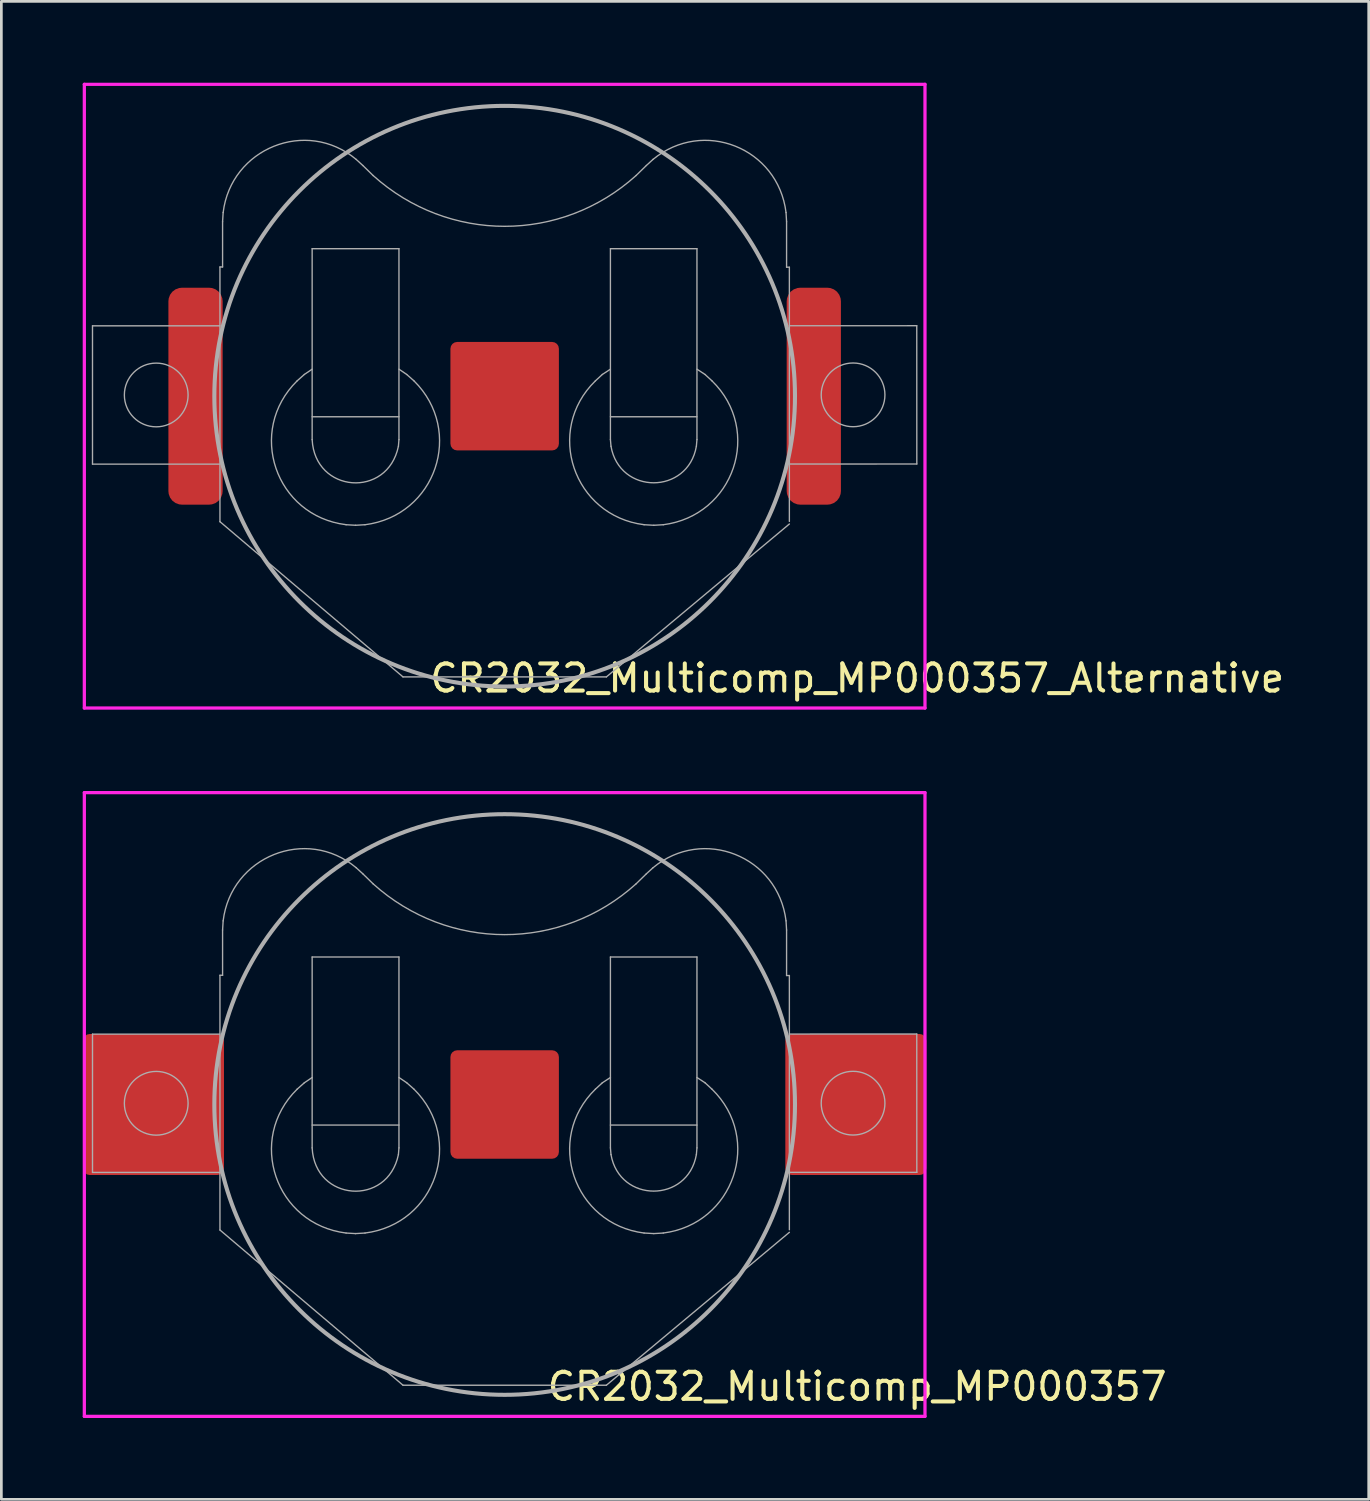
<source format=kicad_pcb>
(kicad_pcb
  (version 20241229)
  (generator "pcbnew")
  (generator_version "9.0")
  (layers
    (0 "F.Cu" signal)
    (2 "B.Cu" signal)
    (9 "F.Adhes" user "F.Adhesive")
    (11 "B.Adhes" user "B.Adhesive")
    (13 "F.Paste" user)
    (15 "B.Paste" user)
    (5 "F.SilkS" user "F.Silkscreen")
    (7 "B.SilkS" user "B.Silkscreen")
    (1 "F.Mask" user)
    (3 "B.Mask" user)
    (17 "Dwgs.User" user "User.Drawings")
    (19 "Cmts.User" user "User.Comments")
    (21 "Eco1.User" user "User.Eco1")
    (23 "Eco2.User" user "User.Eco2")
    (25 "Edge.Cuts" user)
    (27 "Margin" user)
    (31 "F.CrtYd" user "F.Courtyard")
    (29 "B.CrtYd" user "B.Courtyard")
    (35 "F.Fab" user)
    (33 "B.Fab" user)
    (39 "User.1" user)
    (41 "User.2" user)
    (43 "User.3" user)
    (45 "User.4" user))
  (footprint "CR2032_Multicomp_MP000357_Alternative"
    (layer "F.Cu")
    (at 15.56 11.56)
    (property "Reference" "CR2032_Multicomp_MP000357_Alternative" (at 13 10.4 0) (layer "F.SilkS") (effects (font (size 1 1) (thickness 0.15))))
    (attr through_hole)
    (fp_line (start -15.5 -11.5) (end 15.5 -11.5) (stroke (width 0.12) (type solid)) (layer "F.CrtYd"))
    (fp_line (start -15.5 11.5) (end -15.5 -11.5) (stroke (width 0.12) (type solid)) (layer "F.CrtYd"))
    (fp_line (start 15.5 -11.5) (end 15.5 11.5) (stroke (width 0.12) (type solid)) (layer "F.CrtYd"))
    (fp_line (start 15.5 11.5) (end -15.5 11.5) (stroke (width 0.12) (type solid)) (layer "F.CrtYd"))
    (fp_line (start -15.199 -2.595) (end -15.199 2.505) (stroke (width 0.05) (type solid)) (layer "F.Fab"))
    (fp_line (start -15.199 -2.595) (end -10.499 -2.595) (stroke (width 0.05) (type solid)) (layer "F.Fab"))
    (fp_line (start -15.199 2.505) (end -10.499 2.505) (stroke (width 0.05) (type solid)) (layer "F.Fab"))
    (fp_line (start -10.499 -4.765) (end -10.402 -4.765) (stroke (width 0.05) (type solid)) (layer "F.Fab"))
    (fp_line (start -10.499 4.628) (end -10.499 -4.765) (stroke (width 0.05) (type solid)) (layer "F.Fab"))
    (fp_line (start -10.402 -6.434) (end -10.381 -6.773) (stroke (width 0.05) (type solid)) (layer "F.Fab"))
    (fp_line (start -10.402 -4.765) (end -10.402 -6.434) (stroke (width 0.05) (type solid)) (layer "F.Fab"))
    (fp_line (start -7.387 -0.801) (end -7.653 -0.565) (stroke (width 0.05) (type solid)) (layer "F.Fab"))
    (fp_line (start -7.099 -5.439) (end -7.099 1.6) (stroke (width 0.05) (type solid)) (layer "F.Fab"))
    (fp_line (start -7.099 -5.439) (end -3.898 -5.439) (stroke (width 0.05) (type solid)) (layer "F.Fab"))
    (fp_line (start -7.099 0.759) (end -3.898 0.759) (stroke (width 0.05) (type solid)) (layer "F.Fab"))
    (fp_line (start -7.099 -0.996) (end -7.387 -0.801) (stroke (width 0.05) (type solid)) (layer "F.Fab"))
    (fp_line (start -5.847 4.74) (end -5.499 4.76) (stroke (width 0.05) (type solid)) (layer "F.Fab"))
    (fp_line (start -5.499 4.76) (end -5.15 4.74) (stroke (width 0.05) (type solid)) (layer "F.Fab"))
    (fp_line (start -5.476 -8.732) (end -5.23 -8.507) (stroke (width 0.05) (type solid)) (layer "F.Fab"))
    (fp_line (start -5.23 -8.507) (end -4.851 -8.137) (stroke (width 0.05) (type solid)) (layer "F.Fab"))
    (fp_line (start -3.918 1.846) (end -3.898 1.6) (stroke (width 0.05) (type solid)) (layer "F.Fab"))
    (fp_line (start -3.898 1.6) (end -3.898 -5.439) (stroke (width 0.05) (type solid)) (layer "F.Fab"))
    (fp_line (start -3.749 10.352) (end -10.499 4.628) (stroke (width 0.05) (type solid)) (layer "F.Fab"))
    (fp_line (start -3.611 -0.801) (end -3.898 -0.996) (stroke (width 0.05) (type solid)) (layer "F.Fab"))
    (fp_line (start -3.344 -0.565) (end -3.611 -0.801) (stroke (width 0.05) (type solid)) (layer "F.Fab"))
    (fp_line (start 3.602 -0.801) (end 3.346 -0.565) (stroke (width 0.05) (type solid)) (layer "F.Fab"))
    (fp_line (start 3.751 10.352) (end -3.749 10.352) (stroke (width 0.05) (type solid)) (layer "F.Fab"))
    (fp_line (start 3.751 10.352) (end 10.499 4.713) (stroke (width 0.05) (type solid)) (layer "F.Fab"))
    (fp_line (start 3.9 -5.439) (end 7.091 -5.439) (stroke (width 0.05) (type solid)) (layer "F.Fab"))
    (fp_line (start 3.9 1.6) (end 3.9 -5.439) (stroke (width 0.05) (type solid)) (layer "F.Fab"))
    (fp_line (start 3.9 1.6) (end 3.921 1.846) (stroke (width 0.05) (type solid)) (layer "F.Fab"))
    (fp_line (start 3.9 -0.996) (end 3.602 -0.801) (stroke (width 0.05) (type solid)) (layer "F.Fab"))
    (fp_line (start 4.846 -8.137) (end 5.225 -8.507) (stroke (width 0.05) (type solid)) (layer "F.Fab"))
    (fp_line (start 5.142 4.74) (end 5.501 4.76) (stroke (width 0.05) (type solid)) (layer "F.Fab"))
    (fp_line (start 5.471 -8.732) (end 5.225 -8.507) (stroke (width 0.05) (type solid)) (layer "F.Fab"))
    (fp_line (start 5.501 4.76) (end 5.849 4.74) (stroke (width 0.05) (type solid)) (layer "F.Fab"))
    (fp_line (start 7.07 1.846) (end 7.091 1.6) (stroke (width 0.05) (type solid)) (layer "F.Fab"))
    (fp_line (start 7.091 0.759) (end 3.9 0.759) (stroke (width 0.05) (type solid)) (layer "F.Fab"))
    (fp_line (start 7.091 1.6) (end 7.091 -5.439) (stroke (width 0.05) (type solid)) (layer "F.Fab"))
    (fp_line (start 7.389 -0.801) (end 7.091 -0.996) (stroke (width 0.05) (type solid)) (layer "F.Fab"))
    (fp_line (start 7.645 -0.565) (end 7.389 -0.801) (stroke (width 0.05) (type solid)) (layer "F.Fab"))
    (fp_line (start 10.396 -6.434) (end 10.376 -6.773) (stroke (width 0.05) (type solid)) (layer "F.Fab"))
    (fp_line (start 10.396 -4.756) (end 10.396 -6.434) (stroke (width 0.05) (type solid)) (layer "F.Fab"))
    (fp_line (start 10.499 -4.756) (end 10.396 -4.756) (stroke (width 0.05) (type solid)) (layer "F.Fab"))
    (fp_line (start 10.499 4.618) (end 10.499 -4.756) (stroke (width 0.05) (type solid)) (layer "F.Fab"))
    (fp_line (start 15.197 -2.599) (end 10.497 -2.598) (stroke (width 0.05) (type solid)) (layer "F.Fab"))
    (fp_line (start 15.197 -2.599) (end 15.199 2.501) (stroke (width 0.05) (type solid)) (layer "F.Fab"))
    (fp_line (start 15.199 2.501) (end 10.499 2.502) (stroke (width 0.05) (type solid)) (layer "F.Fab"))
    (fp_circle (center -12.849 -0.045) (end -11.674 -0.045) (stroke (width 0.05) (type solid)) (fill no) (layer "F.Fab"))
    (fp_circle (center 0 0) (end 10.706 0) (stroke (width 0.15) (type solid)) (fill no) (layer "F.Fab"))
    (fp_circle (center 12.848 -0.049) (end 14.023 -0.049) (stroke (width 0.05) (type solid)) (fill no) (layer "F.Fab"))
    (fp_curve (pts (xy -10.381 -6.773) (xy -10.094 -9.141) (xy -7.311 -10.268) (xy -5.476 -8.732)) (stroke (width 0.05) (type solid)) (layer "F.Fab"))
    (fp_curve (pts (xy -7.653 -0.565) (xy -9.528 1.283) (xy -8.459 4.416) (xy -5.847 4.74)) (stroke (width 0.05) (type solid)) (layer "F.Fab"))
    (fp_curve (pts (xy -7.099 1.6) (xy -7.003 3.577) (xy -4.316 3.785) (xy -3.918 1.846)) (stroke (width 0.05) (type solid)) (layer "F.Fab"))
    (fp_curve (pts (xy -5.15 4.74) (xy -2.535 4.409) (xy -1.477 1.283) (xy -3.344 -0.565)) (stroke (width 0.05) (type solid)) (layer "F.Fab"))
    (fp_curve (pts (xy -4.851 -8.137) (xy -2.079 -5.643) (xy 2.075 -5.637) (xy 4.846 -8.137)) (stroke (width 0.05) (type solid)) (layer "F.Fab"))
    (fp_curve (pts (xy 3.346 -0.565) (xy 1.468 1.267) (xy 2.535 4.41) (xy 5.142 4.74)) (stroke (width 0.05) (type solid)) (layer "F.Fab"))
    (fp_curve (pts (xy 3.921 1.846) (xy 4.234 3.643) (xy 6.757 3.643) (xy 7.07 1.846)) (stroke (width 0.05) (type solid)) (layer "F.Fab"))
    (fp_curve (pts (xy 5.849 4.74) (xy 8.454 4.41) (xy 9.528 1.269) (xy 7.645 -0.565)) (stroke (width 0.05) (type solid)) (layer "F.Fab"))
    (fp_curve (pts (xy 10.376 -6.773) (xy 10.082 -9.163) (xy 7.313 -10.257) (xy 5.471 -8.732)) (stroke (width 0.05) (type solid)) (layer "F.Fab"))
    (pad "+" smd roundrect (at -11.4 0) (size 2 8) (layers "F.Cu" "F.Mask" "F.Paste") (roundrect_rratio 0.25))
    (pad "+" smd roundrect (at 11.4 0) (size 2 8) (layers "F.Cu" "F.Mask" "F.Paste") (roundrect_rratio 0.25))
    (pad "-" smd roundrect (at 0 0) (size 4 4) (layers "F.Cu" "F.Mask") (roundrect_rratio 0.062)))
  (footprint "CR2032_Multicomp_MP000357"
    (layer "F.Cu")
    (at 15.56 37.68)
    (property "Reference" "CR2032_Multicomp_MP000357" (at 13 10.4 0) (layer "F.SilkS") (effects (font (size 1 1) (thickness 0.15))))
    (attr through_hole)
    (fp_line (start -15.5 -11.5) (end 15.5 -11.5) (stroke (width 0.12) (type solid)) (layer "F.CrtYd"))
    (fp_line (start -15.5 11.5) (end -15.5 -11.5) (stroke (width 0.12) (type solid)) (layer "F.CrtYd"))
    (fp_line (start 15.5 -11.5) (end 15.5 11.5) (stroke (width 0.12) (type solid)) (layer "F.CrtYd"))
    (fp_line (start 15.5 11.5) (end -15.5 11.5) (stroke (width 0.12) (type solid)) (layer "F.CrtYd"))
    (fp_line (start -15.199 -2.595) (end -15.199 2.505) (stroke (width 0.05) (type solid)) (layer "F.Fab"))
    (fp_line (start -15.199 -2.595) (end -10.499 -2.595) (stroke (width 0.05) (type solid)) (layer "F.Fab"))
    (fp_line (start -15.199 2.505) (end -10.499 2.505) (stroke (width 0.05) (type solid)) (layer "F.Fab"))
    (fp_line (start -10.499 -4.765) (end -10.402 -4.765) (stroke (width 0.05) (type solid)) (layer "F.Fab"))
    (fp_line (start -10.499 4.628) (end -10.499 -4.765) (stroke (width 0.05) (type solid)) (layer "F.Fab"))
    (fp_line (start -10.402 -6.434) (end -10.381 -6.773) (stroke (width 0.05) (type solid)) (layer "F.Fab"))
    (fp_line (start -10.402 -4.765) (end -10.402 -6.434) (stroke (width 0.05) (type solid)) (layer "F.Fab"))
    (fp_line (start -7.387 -0.801) (end -7.653 -0.565) (stroke (width 0.05) (type solid)) (layer "F.Fab"))
    (fp_line (start -7.099 -5.439) (end -7.099 1.6) (stroke (width 0.05) (type solid)) (layer "F.Fab"))
    (fp_line (start -7.099 -5.439) (end -3.898 -5.439) (stroke (width 0.05) (type solid)) (layer "F.Fab"))
    (fp_line (start -7.099 0.759) (end -3.898 0.759) (stroke (width 0.05) (type solid)) (layer "F.Fab"))
    (fp_line (start -7.099 -0.996) (end -7.387 -0.801) (stroke (width 0.05) (type solid)) (layer "F.Fab"))
    (fp_line (start -5.847 4.74) (end -5.499 4.76) (stroke (width 0.05) (type solid)) (layer "F.Fab"))
    (fp_line (start -5.499 4.76) (end -5.15 4.74) (stroke (width 0.05) (type solid)) (layer "F.Fab"))
    (fp_line (start -5.476 -8.732) (end -5.23 -8.507) (stroke (width 0.05) (type solid)) (layer "F.Fab"))
    (fp_line (start -5.23 -8.507) (end -4.851 -8.137) (stroke (width 0.05) (type solid)) (layer "F.Fab"))
    (fp_line (start -3.918 1.846) (end -3.898 1.6) (stroke (width 0.05) (type solid)) (layer "F.Fab"))
    (fp_line (start -3.898 1.6) (end -3.898 -5.439) (stroke (width 0.05) (type solid)) (layer "F.Fab"))
    (fp_line (start -3.749 10.352) (end -10.499 4.628) (stroke (width 0.05) (type solid)) (layer "F.Fab"))
    (fp_line (start -3.611 -0.801) (end -3.898 -0.996) (stroke (width 0.05) (type solid)) (layer "F.Fab"))
    (fp_line (start -3.344 -0.565) (end -3.611 -0.801) (stroke (width 0.05) (type solid)) (layer "F.Fab"))
    (fp_line (start 3.602 -0.801) (end 3.346 -0.565) (stroke (width 0.05) (type solid)) (layer "F.Fab"))
    (fp_line (start 3.751 10.352) (end -3.749 10.352) (stroke (width 0.05) (type solid)) (layer "F.Fab"))
    (fp_line (start 3.751 10.352) (end 10.499 4.713) (stroke (width 0.05) (type solid)) (layer "F.Fab"))
    (fp_line (start 3.9 -5.439) (end 7.091 -5.439) (stroke (width 0.05) (type solid)) (layer "F.Fab"))
    (fp_line (start 3.9 1.6) (end 3.9 -5.439) (stroke (width 0.05) (type solid)) (layer "F.Fab"))
    (fp_line (start 3.9 1.6) (end 3.921 1.846) (stroke (width 0.05) (type solid)) (layer "F.Fab"))
    (fp_line (start 3.9 -0.996) (end 3.602 -0.801) (stroke (width 0.05) (type solid)) (layer "F.Fab"))
    (fp_line (start 4.846 -8.137) (end 5.225 -8.507) (stroke (width 0.05) (type solid)) (layer "F.Fab"))
    (fp_line (start 5.142 4.74) (end 5.501 4.76) (stroke (width 0.05) (type solid)) (layer "F.Fab"))
    (fp_line (start 5.471 -8.732) (end 5.225 -8.507) (stroke (width 0.05) (type solid)) (layer "F.Fab"))
    (fp_line (start 5.501 4.76) (end 5.849 4.74) (stroke (width 0.05) (type solid)) (layer "F.Fab"))
    (fp_line (start 7.07 1.846) (end 7.091 1.6) (stroke (width 0.05) (type solid)) (layer "F.Fab"))
    (fp_line (start 7.091 0.759) (end 3.9 0.759) (stroke (width 0.05) (type solid)) (layer "F.Fab"))
    (fp_line (start 7.091 1.6) (end 7.091 -5.439) (stroke (width 0.05) (type solid)) (layer "F.Fab"))
    (fp_line (start 7.389 -0.801) (end 7.091 -0.996) (stroke (width 0.05) (type solid)) (layer "F.Fab"))
    (fp_line (start 7.645 -0.565) (end 7.389 -0.801) (stroke (width 0.05) (type solid)) (layer "F.Fab"))
    (fp_line (start 10.396 -6.434) (end 10.376 -6.773) (stroke (width 0.05) (type solid)) (layer "F.Fab"))
    (fp_line (start 10.396 -4.756) (end 10.396 -6.434) (stroke (width 0.05) (type solid)) (layer "F.Fab"))
    (fp_line (start 10.499 -4.756) (end 10.396 -4.756) (stroke (width 0.05) (type solid)) (layer "F.Fab"))
    (fp_line (start 10.499 4.618) (end 10.499 -4.756) (stroke (width 0.05) (type solid)) (layer "F.Fab"))
    (fp_line (start 15.197 -2.599) (end 10.497 -2.598) (stroke (width 0.05) (type solid)) (layer "F.Fab"))
    (fp_line (start 15.197 -2.599) (end 15.199 2.501) (stroke (width 0.05) (type solid)) (layer "F.Fab"))
    (fp_line (start 15.199 2.501) (end 10.499 2.502) (stroke (width 0.05) (type solid)) (layer "F.Fab"))
    (fp_circle (center -12.849 -0.045) (end -11.674 -0.045) (stroke (width 0.05) (type solid)) (fill no) (layer "F.Fab"))
    (fp_circle (center 0 0) (end 10.706 0) (stroke (width 0.15) (type solid)) (fill no) (layer "F.Fab"))
    (fp_circle (center 12.848 -0.049) (end 14.023 -0.049) (stroke (width 0.05) (type solid)) (fill no) (layer "F.Fab"))
    (fp_curve (pts (xy -10.381 -6.773) (xy -10.094 -9.141) (xy -7.311 -10.268) (xy -5.476 -8.732)) (stroke (width 0.05) (type solid)) (layer "F.Fab"))
    (fp_curve (pts (xy -7.653 -0.565) (xy -9.528 1.283) (xy -8.459 4.416) (xy -5.847 4.74)) (stroke (width 0.05) (type solid)) (layer "F.Fab"))
    (fp_curve (pts (xy -7.099 1.6) (xy -7.003 3.577) (xy -4.316 3.785) (xy -3.918 1.846)) (stroke (width 0.05) (type solid)) (layer "F.Fab"))
    (fp_curve (pts (xy -5.15 4.74) (xy -2.535 4.409) (xy -1.477 1.283) (xy -3.344 -0.565)) (stroke (width 0.05) (type solid)) (layer "F.Fab"))
    (fp_curve (pts (xy -4.851 -8.137) (xy -2.079 -5.643) (xy 2.075 -5.637) (xy 4.846 -8.137)) (stroke (width 0.05) (type solid)) (layer "F.Fab"))
    (fp_curve (pts (xy 3.346 -0.565) (xy 1.468 1.267) (xy 2.535 4.41) (xy 5.142 4.74)) (stroke (width 0.05) (type solid)) (layer "F.Fab"))
    (fp_curve (pts (xy 3.921 1.846) (xy 4.234 3.643) (xy 6.757 3.643) (xy 7.07 1.846)) (stroke (width 0.05) (type solid)) (layer "F.Fab"))
    (fp_curve (pts (xy 5.849 4.74) (xy 8.454 4.41) (xy 9.528 1.269) (xy 7.645 -0.565)) (stroke (width 0.05) (type solid)) (layer "F.Fab"))
    (fp_curve (pts (xy 10.376 -6.773) (xy 10.082 -9.163) (xy 7.313 -10.257) (xy 5.471 -8.732)) (stroke (width 0.05) (type solid)) (layer "F.Fab"))
    (pad "+" smd roundrect (at -12.95 0) (size 5.2 5.2) (layers "F.Cu" "F.Mask" "F.Paste") (roundrect_rratio 0.048))
    (pad "+" smd roundrect (at 12.95 0) (size 5.2 5.2) (layers "F.Cu" "F.Mask" "F.Paste") (roundrect_rratio 0.048))
    (pad "-" smd roundrect (at 0 0) (size 4 4) (layers "F.Cu" "F.Mask") (roundrect_rratio 0.062)))
  (gr_rect
    (start -3 -3)
    (end 47.423 52.24)
    (stroke (width 0.1) (type default))
    (fill no)
    (layer "Edge.Cuts")))
</source>
